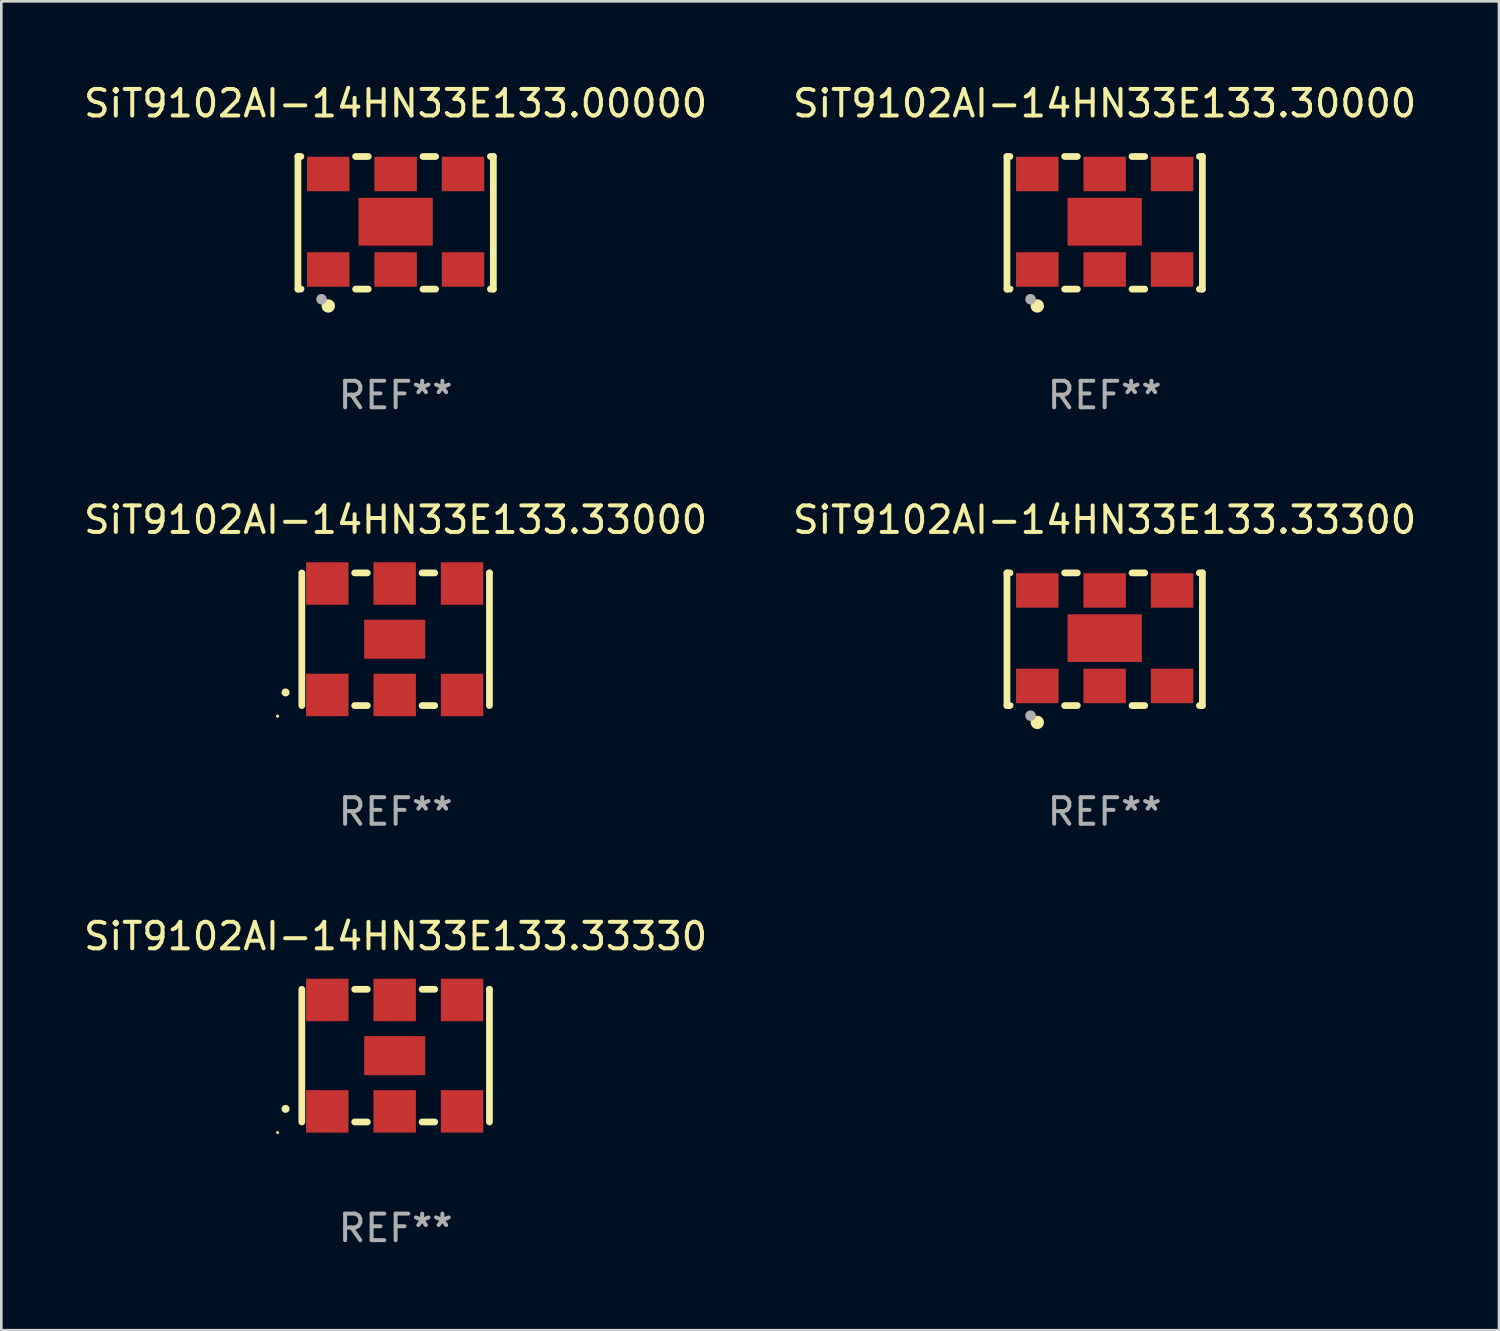
<source format=kicad_pcb>
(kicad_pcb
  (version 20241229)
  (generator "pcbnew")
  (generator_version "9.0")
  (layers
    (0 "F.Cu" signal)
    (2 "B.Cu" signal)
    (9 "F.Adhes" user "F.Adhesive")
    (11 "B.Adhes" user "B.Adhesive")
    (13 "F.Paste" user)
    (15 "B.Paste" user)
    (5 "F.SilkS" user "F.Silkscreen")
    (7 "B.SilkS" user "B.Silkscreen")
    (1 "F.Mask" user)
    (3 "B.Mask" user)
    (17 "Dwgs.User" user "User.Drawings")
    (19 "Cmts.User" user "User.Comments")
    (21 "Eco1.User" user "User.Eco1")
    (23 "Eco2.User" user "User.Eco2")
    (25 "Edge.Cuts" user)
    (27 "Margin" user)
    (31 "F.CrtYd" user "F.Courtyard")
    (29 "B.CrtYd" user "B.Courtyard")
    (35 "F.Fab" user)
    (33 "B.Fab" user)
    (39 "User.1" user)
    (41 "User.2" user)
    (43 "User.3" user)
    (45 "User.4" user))
  (footprint "SiT9102AI-14HN33E133.33330"
    (layer "F.Cu")
    (at 11.863 36.741)
    (property "Reference" "SiT9102AI-14HN33E133.33330" (at 0 -4.5 0) (layer "F.SilkS") (effects (font (size 1 1) (thickness 0.15))))
    (attr through_hole)
    (fp_line (start -3.536 -2.5) (end -3.536 2.5) (stroke (width 0.254) (type solid)) (layer "F.SilkS"))
    (fp_line (start -1.544 2.5) (end -1.067 2.5) (stroke (width 0.254) (type solid)) (layer "F.SilkS"))
    (fp_line (start -1.067 -2.5) (end -1.544 -2.5) (stroke (width 0.254) (type solid)) (layer "F.SilkS"))
    (fp_line (start 0.996 2.5) (end 1.473 2.5) (stroke (width 0.254) (type solid)) (layer "F.SilkS"))
    (fp_line (start 1.473 -2.5) (end 0.996 -2.5) (stroke (width 0.254) (type solid)) (layer "F.SilkS"))
    (fp_line (start 3.536 -2.5) (end 3.536 -2.5) (stroke (width 0.254) (type solid)) (layer "F.SilkS"))
    (fp_line (start 3.536 2.5) (end 3.536 -2.5) (stroke (width 0.254) (type solid)) (layer "F.SilkS"))
    (fp_arc (start -4.150432 2.006604) (mid -4.149162 2.006599) (end -4.147892 2.006604) (stroke (width 0.3) (type solid)) (layer "F.SilkS"))
    (fp_circle (center -4.449 2.9) (end -4.419 2.9) (stroke (width 0.06) (type solid)) (fill no) (layer "F.SilkS"))
    (fp_text user "REF**" (at 0 6.5 0) (layer "F.Fab") (effects (font (size 1 1) (thickness 0.15))))
    (pad "1" smd rect (at -2.576 2.1) (size 1.6 1.6) (layers "F.Cu" "F.Mask" "F.Paste"))
    (pad "2" smd rect (at -0.036 2.1) (size 1.6 1.6) (layers "F.Cu" "F.Mask" "F.Paste"))
    (pad "3" smd rect (at 2.504 2.1) (size 1.6 1.6) (layers "F.Cu" "F.Mask" "F.Paste"))
    (pad "4" smd rect (at 2.504 -2.1) (size 1.6 1.6) (layers "F.Cu" "F.Mask" "F.Paste"))
    (pad "5" smd rect (at -0.036 -2.1) (size 1.6 1.6) (layers "F.Cu" "F.Mask" "F.Paste"))
    (pad "6" smd rect (at -2.576 -2.1) (size 1.6 1.6) (layers "F.Cu" "F.Mask" "F.Paste"))
    (pad "7" smd rect (at -0.036 0) (size 2.3 1.47) (layers "F.Cu" "F.Mask" "F.Paste")))
  (footprint "SiT9102AI-14HN33E133.30000"
    (layer "F.Cu")
    (at 38.589 5.348)
    (property "Reference" "SiT9102AI-14HN33E133.30000" (at 0 -4.5 0) (layer "F.SilkS") (effects (font (size 1 1) (thickness 0.15))))
    (attr through_hole)
    (fp_line (start -3.683 -2.5) (end -3.571 -2.5) (stroke (width 0.254) (type solid)) (layer "F.SilkS"))
    (fp_line (start -3.683 2.5) (end -3.683 -2.5) (stroke (width 0.254) (type solid)) (layer "F.SilkS"))
    (fp_line (start -3.683 2.5) (end -3.571 2.5) (stroke (width 0.254) (type solid)) (layer "F.SilkS"))
    (fp_line (start -1.509 -2.5) (end -1.031 -2.5) (stroke (width 0.254) (type solid)) (layer "F.SilkS"))
    (fp_line (start -1.509 2.5) (end -1.031 2.5) (stroke (width 0.254) (type solid)) (layer "F.SilkS"))
    (fp_line (start 1.031 -2.5) (end 1.509 -2.5) (stroke (width 0.254) (type solid)) (layer "F.SilkS"))
    (fp_line (start 1.031 2.5) (end 1.509 2.5) (stroke (width 0.254) (type solid)) (layer "F.SilkS"))
    (fp_line (start 3.571 -2.5) (end 3.683 -2.5) (stroke (width 0.254) (type solid)) (layer "F.SilkS"))
    (fp_line (start 3.571 2.5) (end 3.683 2.5) (stroke (width 0.254) (type solid)) (layer "F.SilkS"))
    (fp_line (start 3.683 2.5) (end 3.683 -2.5) (stroke (width 0.254) (type solid)) (layer "F.SilkS"))
    (fp_circle (center -3.5 2.46) (end -3.47 2.46) (stroke (width 0.06) (type solid)) (fill no) (layer "F.SilkS"))
    (fp_circle (center -2.54 3.135) (end -2.413 3.135) (stroke (width 0.254) (type solid)) (fill no) (layer "F.SilkS"))
    (fp_circle (center -2.794 2.881) (end -2.694 2.881) (stroke (width 0.2) (type solid)) (fill no) (layer "F.Fab"))
    (fp_text user "REF**" (at 0 6.5 0) (layer "F.Fab") (effects (font (size 1 1) (thickness 0.15))))
    (pad "1" smd rect (at -2.54 1.76) (size 1.6 1.3) (layers "F.Cu" "F.Mask" "F.Paste"))
    (pad "2" smd rect (at 0 1.76) (size 1.6 1.3) (layers "F.Cu" "F.Mask" "F.Paste"))
    (pad "3" smd rect (at 2.54 1.76) (size 1.6 1.3) (layers "F.Cu" "F.Mask" "F.Paste"))
    (pad "4" smd rect (at 2.54 -1.84) (size 1.6 1.3) (layers "F.Cu" "F.Mask" "F.Paste"))
    (pad "5" smd rect (at 0 -1.84) (size 1.6 1.3) (layers "F.Cu" "F.Mask" "F.Paste"))
    (pad "6" smd rect (at -2.54 -1.84) (size 1.6 1.3) (layers "F.Cu" "F.Mask" "F.Paste"))
    (pad "7" smd rect (at 0 -0.04) (size 2.8 1.8) (layers "F.Cu" "F.Mask" "F.Paste")))
  (footprint "SiT9102AI-14HN33E133.00000"
    (layer "F.Cu")
    (at 11.863 5.348)
    (property "Reference" "SiT9102AI-14HN33E133.00000" (at 0 -4.5 0) (layer "F.SilkS") (effects (font (size 1 1) (thickness 0.15))))
    (attr through_hole)
    (fp_line (start -3.683 -2.5) (end -3.571 -2.5) (stroke (width 0.254) (type solid)) (layer "F.SilkS"))
    (fp_line (start -3.683 2.5) (end -3.683 -2.5) (stroke (width 0.254) (type solid)) (layer "F.SilkS"))
    (fp_line (start -3.683 2.5) (end -3.571 2.5) (stroke (width 0.254) (type solid)) (layer "F.SilkS"))
    (fp_line (start -1.509 -2.5) (end -1.031 -2.5) (stroke (width 0.254) (type solid)) (layer "F.SilkS"))
    (fp_line (start -1.509 2.5) (end -1.031 2.5) (stroke (width 0.254) (type solid)) (layer "F.SilkS"))
    (fp_line (start 1.031 -2.5) (end 1.509 -2.5) (stroke (width 0.254) (type solid)) (layer "F.SilkS"))
    (fp_line (start 1.031 2.5) (end 1.509 2.5) (stroke (width 0.254) (type solid)) (layer "F.SilkS"))
    (fp_line (start 3.571 -2.5) (end 3.683 -2.5) (stroke (width 0.254) (type solid)) (layer "F.SilkS"))
    (fp_line (start 3.571 2.5) (end 3.683 2.5) (stroke (width 0.254) (type solid)) (layer "F.SilkS"))
    (fp_line (start 3.683 2.5) (end 3.683 -2.5) (stroke (width 0.254) (type solid)) (layer "F.SilkS"))
    (fp_circle (center -3.5 2.46) (end -3.47 2.46) (stroke (width 0.06) (type solid)) (fill no) (layer "F.SilkS"))
    (fp_circle (center -2.54 3.135) (end -2.413 3.135) (stroke (width 0.254) (type solid)) (fill no) (layer "F.SilkS"))
    (fp_circle (center -2.794 2.881) (end -2.694 2.881) (stroke (width 0.2) (type solid)) (fill no) (layer "F.Fab"))
    (fp_text user "REF**" (at 0 6.5 0) (layer "F.Fab") (effects (font (size 1 1) (thickness 0.15))))
    (pad "1" smd rect (at -2.54 1.76) (size 1.6 1.3) (layers "F.Cu" "F.Mask" "F.Paste"))
    (pad "2" smd rect (at 0 1.76) (size 1.6 1.3) (layers "F.Cu" "F.Mask" "F.Paste"))
    (pad "3" smd rect (at 2.54 1.76) (size 1.6 1.3) (layers "F.Cu" "F.Mask" "F.Paste"))
    (pad "4" smd rect (at 2.54 -1.84) (size 1.6 1.3) (layers "F.Cu" "F.Mask" "F.Paste"))
    (pad "5" smd rect (at 0 -1.84) (size 1.6 1.3) (layers "F.Cu" "F.Mask" "F.Paste"))
    (pad "6" smd rect (at -2.54 -1.84) (size 1.6 1.3) (layers "F.Cu" "F.Mask" "F.Paste"))
    (pad "7" smd rect (at 0 -0.04) (size 2.8 1.8) (layers "F.Cu" "F.Mask" "F.Paste")))
  (footprint "SiT9102AI-14HN33E133.33000"
    (layer "F.Cu")
    (at 11.863 21.045)
    (property "Reference" "SiT9102AI-14HN33E133.33000" (at 0 -4.5 0) (layer "F.SilkS") (effects (font (size 1 1) (thickness 0.15))))
    (attr through_hole)
    (fp_line (start -3.536 -2.5) (end -3.536 2.5) (stroke (width 0.254) (type solid)) (layer "F.SilkS"))
    (fp_line (start -1.544 2.5) (end -1.067 2.5) (stroke (width 0.254) (type solid)) (layer "F.SilkS"))
    (fp_line (start -1.067 -2.5) (end -1.544 -2.5) (stroke (width 0.254) (type solid)) (layer "F.SilkS"))
    (fp_line (start 0.996 2.5) (end 1.473 2.5) (stroke (width 0.254) (type solid)) (layer "F.SilkS"))
    (fp_line (start 1.473 -2.5) (end 0.996 -2.5) (stroke (width 0.254) (type solid)) (layer "F.SilkS"))
    (fp_line (start 3.536 -2.5) (end 3.536 -2.5) (stroke (width 0.254) (type solid)) (layer "F.SilkS"))
    (fp_line (start 3.536 2.5) (end 3.536 -2.5) (stroke (width 0.254) (type solid)) (layer "F.SilkS"))
    (fp_arc (start -4.150432 2.006604) (mid -4.149162 2.006599) (end -4.147892 2.006604) (stroke (width 0.3) (type solid)) (layer "F.SilkS"))
    (fp_circle (center -4.449 2.9) (end -4.419 2.9) (stroke (width 0.06) (type solid)) (fill no) (layer "F.SilkS"))
    (fp_text user "REF**" (at 0 6.5 0) (layer "F.Fab") (effects (font (size 1 1) (thickness 0.15))))
    (pad "1" smd rect (at -2.576 2.1) (size 1.6 1.6) (layers "F.Cu" "F.Mask" "F.Paste"))
    (pad "2" smd rect (at -0.036 2.1) (size 1.6 1.6) (layers "F.Cu" "F.Mask" "F.Paste"))
    (pad "3" smd rect (at 2.504 2.1) (size 1.6 1.6) (layers "F.Cu" "F.Mask" "F.Paste"))
    (pad "4" smd rect (at 2.504 -2.1) (size 1.6 1.6) (layers "F.Cu" "F.Mask" "F.Paste"))
    (pad "5" smd rect (at -0.036 -2.1) (size 1.6 1.6) (layers "F.Cu" "F.Mask" "F.Paste"))
    (pad "6" smd rect (at -2.576 -2.1) (size 1.6 1.6) (layers "F.Cu" "F.Mask" "F.Paste"))
    (pad "7" smd rect (at -0.036 0) (size 2.3 1.47) (layers "F.Cu" "F.Mask" "F.Paste")))
  (footprint "SiT9102AI-14HN33E133.33300"
    (layer "F.Cu")
    (at 38.589 21.045)
    (property "Reference" "SiT9102AI-14HN33E133.33300" (at 0 -4.5 0) (layer "F.SilkS") (effects (font (size 1 1) (thickness 0.15))))
    (attr through_hole)
    (fp_line (start -3.683 -2.5) (end -3.571 -2.5) (stroke (width 0.254) (type solid)) (layer "F.SilkS"))
    (fp_line (start -3.683 2.5) (end -3.683 -2.5) (stroke (width 0.254) (type solid)) (layer "F.SilkS"))
    (fp_line (start -3.683 2.5) (end -3.571 2.5) (stroke (width 0.254) (type solid)) (layer "F.SilkS"))
    (fp_line (start -1.509 -2.5) (end -1.031 -2.5) (stroke (width 0.254) (type solid)) (layer "F.SilkS"))
    (fp_line (start -1.509 2.5) (end -1.031 2.5) (stroke (width 0.254) (type solid)) (layer "F.SilkS"))
    (fp_line (start 1.031 -2.5) (end 1.509 -2.5) (stroke (width 0.254) (type solid)) (layer "F.SilkS"))
    (fp_line (start 1.031 2.5) (end 1.509 2.5) (stroke (width 0.254) (type solid)) (layer "F.SilkS"))
    (fp_line (start 3.571 -2.5) (end 3.683 -2.5) (stroke (width 0.254) (type solid)) (layer "F.SilkS"))
    (fp_line (start 3.571 2.5) (end 3.683 2.5) (stroke (width 0.254) (type solid)) (layer "F.SilkS"))
    (fp_line (start 3.683 2.5) (end 3.683 -2.5) (stroke (width 0.254) (type solid)) (layer "F.SilkS"))
    (fp_circle (center -3.5 2.46) (end -3.47 2.46) (stroke (width 0.06) (type solid)) (fill no) (layer "F.SilkS"))
    (fp_circle (center -2.54 3.135) (end -2.413 3.135) (stroke (width 0.254) (type solid)) (fill no) (layer "F.SilkS"))
    (fp_circle (center -2.794 2.881) (end -2.694 2.881) (stroke (width 0.2) (type solid)) (fill no) (layer "F.Fab"))
    (fp_text user "REF**" (at 0 6.5 0) (layer "F.Fab") (effects (font (size 1 1) (thickness 0.15))))
    (pad "1" smd rect (at -2.54 1.76) (size 1.6 1.3) (layers "F.Cu" "F.Mask" "F.Paste"))
    (pad "2" smd rect (at 0 1.76) (size 1.6 1.3) (layers "F.Cu" "F.Mask" "F.Paste"))
    (pad "3" smd rect (at 2.54 1.76) (size 1.6 1.3) (layers "F.Cu" "F.Mask" "F.Paste"))
    (pad "4" smd rect (at 2.54 -1.84) (size 1.6 1.3) (layers "F.Cu" "F.Mask" "F.Paste"))
    (pad "5" smd rect (at 0 -1.84) (size 1.6 1.3) (layers "F.Cu" "F.Mask" "F.Paste"))
    (pad "6" smd rect (at -2.54 -1.84) (size 1.6 1.3) (layers "F.Cu" "F.Mask" "F.Paste"))
    (pad "7" smd rect (at 0 -0.04) (size 2.8 1.8) (layers "F.Cu" "F.Mask" "F.Paste")))
  (gr_rect
    (start -3 -3)
    (end 53.452 47.09)
    (stroke (width 0.1) (type default))
    (fill no)
    (layer "Edge.Cuts")))
</source>
